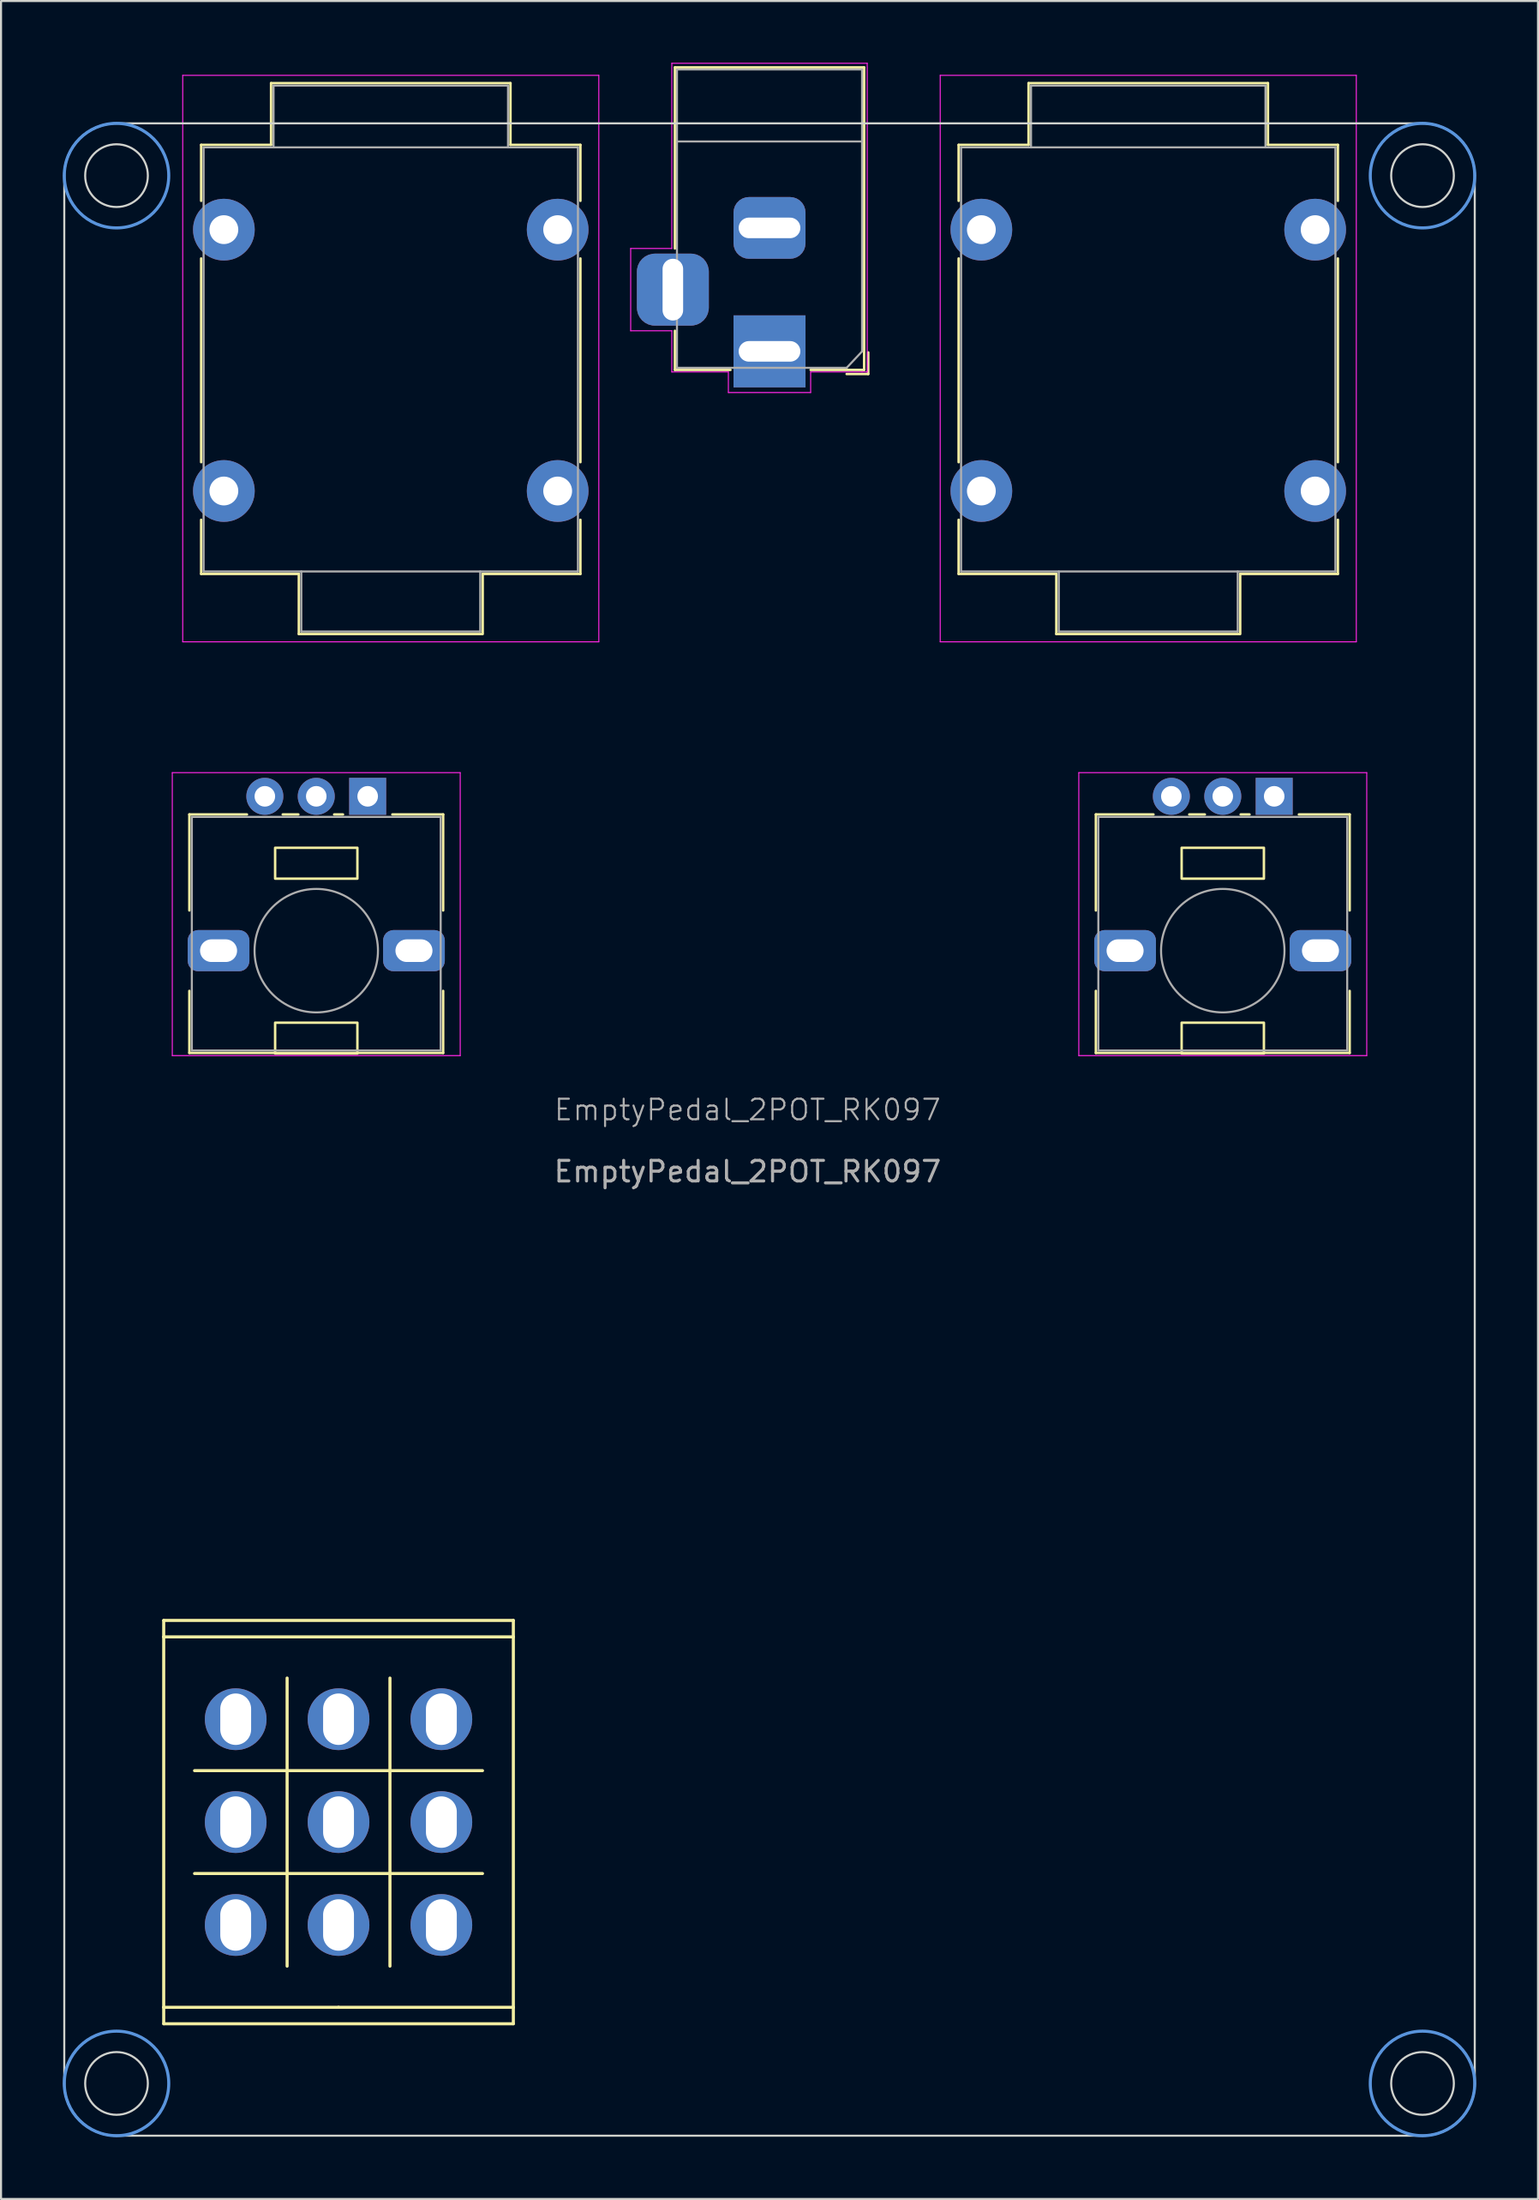
<source format=kicad_pcb>
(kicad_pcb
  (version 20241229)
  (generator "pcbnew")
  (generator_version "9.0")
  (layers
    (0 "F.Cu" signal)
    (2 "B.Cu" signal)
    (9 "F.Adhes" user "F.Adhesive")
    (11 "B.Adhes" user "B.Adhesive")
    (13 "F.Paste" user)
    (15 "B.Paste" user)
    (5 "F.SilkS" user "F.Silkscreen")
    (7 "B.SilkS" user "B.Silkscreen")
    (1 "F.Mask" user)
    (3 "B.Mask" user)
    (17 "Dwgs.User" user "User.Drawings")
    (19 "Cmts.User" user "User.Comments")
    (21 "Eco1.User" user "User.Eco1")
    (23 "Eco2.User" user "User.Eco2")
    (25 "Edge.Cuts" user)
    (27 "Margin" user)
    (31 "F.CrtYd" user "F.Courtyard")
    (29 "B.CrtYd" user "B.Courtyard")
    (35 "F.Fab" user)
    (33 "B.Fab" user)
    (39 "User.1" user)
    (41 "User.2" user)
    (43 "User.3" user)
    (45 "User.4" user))
  (footprint "EmptyPedal_2POT_RK097"
    (layer "F.Cu")
    (at 33.298 51.383)
    (property "Reference" "EmptyPedal_2POT_RK097" (at 0 -0.5 0) (unlocked yes) (layer "F.Fab") (effects (font (size 1 1) (thickness 0.1))))
    (attr through_hole)
    (fp_line (start -28.388 24.312) (end -11.388 24.312) (stroke (width 0.15) (type solid)) (layer "F.SilkS"))
    (fp_line (start -28.388 25.112) (end -28.388 24.312) (stroke (width 0.15) (type solid)) (layer "F.SilkS"))
    (fp_line (start -28.388 25.112) (end -28.388 43.112) (stroke (width 0.15) (type solid)) (layer "F.SilkS"))
    (fp_line (start -28.388 25.112) (end -11.388 25.112) (stroke (width 0.15) (type solid)) (layer "F.SilkS"))
    (fp_line (start -28.388 43.112) (end -19.888 43.112) (stroke (width 0.15) (type solid)) (layer "F.SilkS"))
    (fp_line (start -28.388 43.912) (end -28.388 43.112) (stroke (width 0.15) (type solid)) (layer "F.SilkS"))
    (fp_line (start -28.388 43.912) (end -11.388 43.912) (stroke (width 0.15) (type solid)) (layer "F.SilkS"))
    (fp_line (start -27.141 -14.855) (end -27.141 -10.189) (stroke (width 0.12) (type solid)) (layer "F.SilkS"))
    (fp_line (start -27.141 -6.28) (end -27.141 -3.265) (stroke (width 0.12) (type solid)) (layer "F.SilkS"))
    (fp_line (start -26.888 36.612) (end -12.888 36.612) (stroke (width 0.15) (type solid)) (layer "F.SilkS"))
    (fp_line (start -26.568 -47.393) (end -26.568 -44.673) (stroke (width 0.12) (type solid)) (layer "F.SilkS"))
    (fp_line (start -26.568 -31.973) (end -26.568 -41.873) (stroke (width 0.12) (type solid)) (layer "F.SilkS"))
    (fp_line (start -26.568 -26.543) (end -26.568 -29.173) (stroke (width 0.12) (type solid)) (layer "F.SilkS"))
    (fp_line (start -24.341 -14.855) (end -27.141 -14.855) (stroke (width 0.12) (type solid)) (layer "F.SilkS"))
    (fp_line (start -23.168 -47.393) (end -26.568 -47.393) (stroke (width 0.12) (type solid)) (layer "F.SilkS"))
    (fp_line (start -23.168 -47.393) (end -23.168 -50.393) (stroke (width 0.12) (type solid)) (layer "F.SilkS"))
    (fp_line (start -22.388 41.112) (end -22.388 27.112) (stroke (width 0.15) (type solid)) (layer "F.SilkS"))
    (fp_line (start -21.842 -14.855) (end -22.601 -14.855) (stroke (width 0.12) (type solid)) (layer "F.SilkS"))
    (fp_line (start -21.818 -26.543) (end -26.568 -26.543) (stroke (width 0.12) (type solid)) (layer "F.SilkS"))
    (fp_line (start -21.818 -23.623) (end -21.818 -26.543) (stroke (width 0.12) (type solid)) (layer "F.SilkS"))
    (fp_line (start -19.671 -14.855) (end -20.101 -14.855) (stroke (width 0.12) (type solid)) (layer "F.SilkS"))
    (fp_line (start -17.388 27.112) (end -17.388 41.112) (stroke (width 0.15) (type solid)) (layer "F.SilkS"))
    (fp_line (start -14.801 -14.855) (end -17.271 -14.855) (stroke (width 0.12) (type solid)) (layer "F.SilkS"))
    (fp_line (start -14.801 -14.855) (end -14.801 -10.189) (stroke (width 0.12) (type solid)) (layer "F.SilkS"))
    (fp_line (start -14.801 -6.28) (end -14.801 -3.265) (stroke (width 0.12) (type solid)) (layer "F.SilkS"))
    (fp_line (start -14.801 -3.265) (end -27.141 -3.265) (stroke (width 0.12) (type solid)) (layer "F.SilkS"))
    (fp_line (start -12.918 -23.623) (end -21.818 -23.623) (stroke (width 0.12) (type solid)) (layer "F.SilkS"))
    (fp_line (start -12.888 31.612) (end -26.888 31.612) (stroke (width 0.15) (type solid)) (layer "F.SilkS"))
    (fp_line (start -12.878 -23.623) (end -12.878 -26.543) (stroke (width 0.12) (type solid)) (layer "F.SilkS"))
    (fp_line (start -11.528 -50.393) (end -23.168 -50.393) (stroke (width 0.12) (type solid)) (layer "F.SilkS"))
    (fp_line (start -11.528 -47.393) (end -11.528 -50.393) (stroke (width 0.12) (type solid)) (layer "F.SilkS"))
    (fp_line (start -11.388 24.312) (end -11.388 25.112) (stroke (width 0.15) (type solid)) (layer "F.SilkS"))
    (fp_line (start -11.388 25.112) (end -11.388 43.112) (stroke (width 0.15) (type solid)) (layer "F.SilkS"))
    (fp_line (start -11.388 43.112) (end -19.888 43.112) (stroke (width 0.15) (type solid)) (layer "F.SilkS"))
    (fp_line (start -11.388 43.912) (end -11.388 43.112) (stroke (width 0.15) (type solid)) (layer "F.SilkS"))
    (fp_line (start -8.128 -47.393) (end -11.528 -47.393) (stroke (width 0.12) (type solid)) (layer "F.SilkS"))
    (fp_line (start -8.128 -47.393) (end -8.128 -44.673) (stroke (width 0.12) (type solid)) (layer "F.SilkS"))
    (fp_line (start -8.128 -41.873) (end -8.128 -31.973) (stroke (width 0.12) (type solid)) (layer "F.SilkS"))
    (fp_line (start -8.128 -29.173) (end -8.128 -26.543) (stroke (width 0.12) (type solid)) (layer "F.SilkS"))
    (fp_line (start -8.128 -26.543) (end -12.878 -26.543) (stroke (width 0.12) (type solid)) (layer "F.SilkS"))
    (fp_line (start -3.533 -51.158) (end 5.667 -51.158) (stroke (width 0.12) (type solid)) (layer "F.SilkS"))
    (fp_line (start -3.533 -42.358) (end -3.533 -51.158) (stroke (width 0.12) (type solid)) (layer "F.SilkS"))
    (fp_line (start -3.533 -36.458) (end -3.533 -38.358) (stroke (width 0.12) (type solid)) (layer "F.SilkS"))
    (fp_line (start -0.833 -36.458) (end -3.533 -36.458) (stroke (width 0.12) (type solid)) (layer "F.SilkS"))
    (fp_line (start 4.817 -36.258) (end 5.867 -36.258) (stroke (width 0.12) (type solid)) (layer "F.SilkS"))
    (fp_line (start 5.667 -51.158) (end 5.667 -36.458) (stroke (width 0.12) (type solid)) (layer "F.SilkS"))
    (fp_line (start 5.667 -36.458) (end 3.067 -36.458) (stroke (width 0.12) (type solid)) (layer "F.SilkS"))
    (fp_line (start 5.867 -37.308) (end 5.867 -36.258) (stroke (width 0.12) (type solid)) (layer "F.SilkS"))
    (fp_line (start 10.262 -47.393) (end 10.262 -44.673) (stroke (width 0.12) (type solid)) (layer "F.SilkS"))
    (fp_line (start 10.262 -31.973) (end 10.262 -41.873) (stroke (width 0.12) (type solid)) (layer "F.SilkS"))
    (fp_line (start 10.262 -26.543) (end 10.262 -29.173) (stroke (width 0.12) (type solid)) (layer "F.SilkS"))
    (fp_line (start 13.662 -47.393) (end 10.262 -47.393) (stroke (width 0.12) (type solid)) (layer "F.SilkS"))
    (fp_line (start 13.662 -47.393) (end 13.662 -50.393) (stroke (width 0.12) (type solid)) (layer "F.SilkS"))
    (fp_line (start 15.012 -26.543) (end 10.262 -26.543) (stroke (width 0.12) (type solid)) (layer "F.SilkS"))
    (fp_line (start 15.012 -23.623) (end 15.012 -26.543) (stroke (width 0.12) (type solid)) (layer "F.SilkS"))
    (fp_line (start 16.935 -14.855) (end 16.935 -10.189) (stroke (width 0.12) (type solid)) (layer "F.SilkS"))
    (fp_line (start 16.935 -6.28) (end 16.935 -3.265) (stroke (width 0.12) (type solid)) (layer "F.SilkS"))
    (fp_line (start 19.735 -14.855) (end 16.935 -14.855) (stroke (width 0.12) (type solid)) (layer "F.SilkS"))
    (fp_line (start 22.234 -14.855) (end 21.475 -14.855) (stroke (width 0.12) (type solid)) (layer "F.SilkS"))
    (fp_line (start 23.912 -23.623) (end 15.012 -23.623) (stroke (width 0.12) (type solid)) (layer "F.SilkS"))
    (fp_line (start 23.952 -23.623) (end 23.952 -26.543) (stroke (width 0.12) (type solid)) (layer "F.SilkS"))
    (fp_line (start 24.405 -14.855) (end 23.975 -14.855) (stroke (width 0.12) (type solid)) (layer "F.SilkS"))
    (fp_line (start 25.302 -50.393) (end 13.662 -50.393) (stroke (width 0.12) (type solid)) (layer "F.SilkS"))
    (fp_line (start 25.302 -47.393) (end 25.302 -50.393) (stroke (width 0.12) (type solid)) (layer "F.SilkS"))
    (fp_line (start 28.702 -47.393) (end 25.302 -47.393) (stroke (width 0.12) (type solid)) (layer "F.SilkS"))
    (fp_line (start 28.702 -47.393) (end 28.702 -44.673) (stroke (width 0.12) (type solid)) (layer "F.SilkS"))
    (fp_line (start 28.702 -41.873) (end 28.702 -31.973) (stroke (width 0.12) (type solid)) (layer "F.SilkS"))
    (fp_line (start 28.702 -29.173) (end 28.702 -26.543) (stroke (width 0.12) (type solid)) (layer "F.SilkS"))
    (fp_line (start 28.702 -26.543) (end 23.952 -26.543) (stroke (width 0.12) (type solid)) (layer "F.SilkS"))
    (fp_line (start 29.275 -14.855) (end 26.805 -14.855) (stroke (width 0.12) (type solid)) (layer "F.SilkS"))
    (fp_line (start 29.275 -14.855) (end 29.275 -10.189) (stroke (width 0.12) (type solid)) (layer "F.SilkS"))
    (fp_line (start 29.275 -6.28) (end 29.275 -3.265) (stroke (width 0.12) (type solid)) (layer "F.SilkS"))
    (fp_line (start 29.275 -3.265) (end 16.935 -3.265) (stroke (width 0.12) (type solid)) (layer "F.SilkS"))
    (fp_rect (start -18.971 -13.235) (end -22.971 -11.735) (stroke (width 0.12) (type solid)) (fill no) (layer "F.SilkS"))
    (fp_rect (start -18.971 -4.735) (end -22.971 -3.235) (stroke (width 0.12) (type solid)) (fill no) (layer "F.SilkS"))
    (fp_rect (start 25.105 -13.235) (end 21.105 -11.735) (stroke (width 0.12) (type solid)) (fill no) (layer "F.SilkS"))
    (fp_rect (start 25.105 -4.735) (end 21.105 -3.235) (stroke (width 0.12) (type solid)) (fill no) (layer "F.SilkS"))
    (fp_circle (center -30.683 -45.898) (end -28.143 -45.898) (stroke (width 0.15) (type default)) (fill no) (layer "Cmts.User"))
    (fp_circle (center -30.683 46.812) (end -28.143 46.812) (stroke (width 0.15) (type default)) (fill no) (layer "Cmts.User"))
    (fp_circle (center 32.817 -45.898) (end 35.357 -45.898) (stroke (width 0.15) (type default)) (fill no) (layer "Cmts.User"))
    (fp_circle (center 32.817 46.812) (end 35.357 46.812) (stroke (width 0.15) (type default)) (fill no) (layer "Cmts.User"))
    (fp_line (start -33.223 -45.898) (end -33.223 46.812) (stroke (width 0.1) (type default)) (layer "Edge.Cuts"))
    (fp_line (start -30.683 49.352) (end 32.817 49.352) (stroke (width 0.1) (type default)) (layer "Edge.Cuts"))
    (fp_line (start 32.817 -48.438) (end -30.683 -48.438) (stroke (width 0.1) (type default)) (layer "Edge.Cuts"))
    (fp_line (start 35.357 46.812) (end 35.357 -45.898) (stroke (width 0.1) (type default)) (layer "Edge.Cuts"))
    (fp_arc (start -33.2232 -45.8978) (mid -32.479251 -47.693851) (end -30.6832 -48.4378) (stroke (width 0.1) (type default)) (layer "Edge.Cuts"))
    (fp_arc (start -30.6832 49.3522) (mid -32.479251 48.608251) (end -33.2232 46.8122) (stroke (width 0.1) (type default)) (layer "Edge.Cuts"))
    (fp_arc (start 32.8168 -48.4378) (mid 34.612851 -47.693851) (end 35.3568 -45.8978) (stroke (width 0.1) (type default)) (layer "Edge.Cuts"))
    (fp_arc (start 35.3568 46.8122) (mid 34.612851 48.608251) (end 32.8168 49.3522) (stroke (width 0.1) (type default)) (layer "Edge.Cuts"))
    (fp_circle (center -30.683 -45.898) (end -29.159 -45.898) (stroke (width 0.1) (type default)) (fill no) (layer "Edge.Cuts"))
    (fp_circle (center -30.683 46.812) (end -29.159 46.812) (stroke (width 0.1) (type default)) (fill no) (layer "Edge.Cuts"))
    (fp_circle (center 32.817 -45.898) (end 34.341 -45.898) (stroke (width 0.1) (type default)) (fill no) (layer "Edge.Cuts"))
    (fp_circle (center 32.817 46.812) (end 34.341 46.812) (stroke (width 0.1) (type default)) (fill no) (layer "Edge.Cuts"))
    (fp_line (start -27.971 -16.885) (end -27.971 -3.135) (stroke (width 0.05) (type solid)) (layer "F.CrtYd"))
    (fp_line (start -27.971 -3.135) (end -13.971 -3.135) (stroke (width 0.05) (type solid)) (layer "F.CrtYd"))
    (fp_line (start -27.463 -50.773) (end -27.463 -23.243) (stroke (width 0.05) (type solid)) (layer "F.CrtYd"))
    (fp_line (start -13.971 -16.885) (end -27.971 -16.885) (stroke (width 0.05) (type solid)) (layer "F.CrtYd"))
    (fp_line (start -13.971 -3.135) (end -13.971 -16.885) (stroke (width 0.05) (type solid)) (layer "F.CrtYd"))
    (fp_line (start -7.233 -50.773) (end -27.463 -50.773) (stroke (width 0.05) (type solid)) (layer "F.CrtYd"))
    (fp_line (start -7.233 -23.243) (end -27.463 -23.243) (stroke (width 0.05) (type solid)) (layer "F.CrtYd"))
    (fp_line (start -7.233 -23.243) (end -7.233 -50.773) (stroke (width 0.05) (type solid)) (layer "F.CrtYd"))
    (fp_line (start -5.683 -42.358) (end -3.683 -42.358) (stroke (width 0.05) (type solid)) (layer "F.CrtYd"))
    (fp_line (start -5.683 -38.358) (end -5.683 -42.358) (stroke (width 0.05) (type solid)) (layer "F.CrtYd"))
    (fp_line (start -3.683 -51.358) (end 5.817 -51.358) (stroke (width 0.05) (type solid)) (layer "F.CrtYd"))
    (fp_line (start -3.683 -42.358) (end -3.683 -51.358) (stroke (width 0.05) (type solid)) (layer "F.CrtYd"))
    (fp_line (start -3.683 -38.358) (end -5.683 -38.358) (stroke (width 0.05) (type solid)) (layer "F.CrtYd"))
    (fp_line (start -3.683 -36.358) (end -3.683 -38.358) (stroke (width 0.05) (type solid)) (layer "F.CrtYd"))
    (fp_line (start -0.933 -36.358) (end -3.683 -36.358) (stroke (width 0.05) (type solid)) (layer "F.CrtYd"))
    (fp_line (start -0.933 -35.358) (end -0.933 -36.358) (stroke (width 0.05) (type solid)) (layer "F.CrtYd"))
    (fp_line (start 3.067 -36.358) (end 3.067 -35.358) (stroke (width 0.05) (type solid)) (layer "F.CrtYd"))
    (fp_line (start 3.067 -35.358) (end -0.933 -35.358) (stroke (width 0.05) (type solid)) (layer "F.CrtYd"))
    (fp_line (start 5.567 -36.358) (end 3.067 -36.358) (stroke (width 0.05) (type solid)) (layer "F.CrtYd"))
    (fp_line (start 5.567 -36.358) (end 5.817 -36.358) (stroke (width 0.05) (type solid)) (layer "F.CrtYd"))
    (fp_line (start 5.817 -36.358) (end 5.817 -51.358) (stroke (width 0.05) (type solid)) (layer "F.CrtYd"))
    (fp_line (start 9.367 -50.773) (end 9.367 -23.243) (stroke (width 0.05) (type solid)) (layer "F.CrtYd"))
    (fp_line (start 16.105 -16.885) (end 16.105 -3.135) (stroke (width 0.05) (type solid)) (layer "F.CrtYd"))
    (fp_line (start 16.105 -3.135) (end 30.105 -3.135) (stroke (width 0.05) (type solid)) (layer "F.CrtYd"))
    (fp_line (start 29.597 -50.773) (end 9.367 -50.773) (stroke (width 0.05) (type solid)) (layer "F.CrtYd"))
    (fp_line (start 29.597 -23.243) (end 9.367 -23.243) (stroke (width 0.05) (type solid)) (layer "F.CrtYd"))
    (fp_line (start 29.597 -23.243) (end 29.597 -50.773) (stroke (width 0.05) (type solid)) (layer "F.CrtYd"))
    (fp_line (start 30.105 -16.885) (end 16.105 -16.885) (stroke (width 0.05) (type solid)) (layer "F.CrtYd"))
    (fp_line (start 30.105 -3.135) (end 30.105 -16.885) (stroke (width 0.05) (type solid)) (layer "F.CrtYd"))
    (fp_line (start -27.021 -14.735) (end -27.021 -3.385) (stroke (width 0.1) (type solid)) (layer "F.Fab"))
    (fp_line (start -27.021 -3.385) (end -14.921 -3.385) (stroke (width 0.1) (type solid)) (layer "F.Fab"))
    (fp_line (start -26.448 -47.273) (end -26.448 -26.663) (stroke (width 0.1) (type solid)) (layer "F.Fab"))
    (fp_line (start -23.048 -50.273) (end -23.048 -47.273) (stroke (width 0.1) (type solid)) (layer "F.Fab"))
    (fp_line (start -21.698 -23.743) (end -21.698 -26.663) (stroke (width 0.1) (type solid)) (layer "F.Fab"))
    (fp_line (start -14.921 -14.735) (end -27.021 -14.735) (stroke (width 0.1) (type solid)) (layer "F.Fab"))
    (fp_line (start -14.921 -3.385) (end -14.921 -14.735) (stroke (width 0.1) (type solid)) (layer "F.Fab"))
    (fp_line (start -12.998 -23.743) (end -21.698 -23.743) (stroke (width 0.1) (type solid)) (layer "F.Fab"))
    (fp_line (start -12.998 -23.743) (end -12.998 -26.663) (stroke (width 0.1) (type solid)) (layer "F.Fab"))
    (fp_line (start -11.648 -50.273) (end -23.048 -50.273) (stroke (width 0.1) (type solid)) (layer "F.Fab"))
    (fp_line (start -11.648 -50.273) (end -11.648 -47.273) (stroke (width 0.1) (type solid)) (layer "F.Fab"))
    (fp_line (start -8.248 -47.273) (end -26.448 -47.273) (stroke (width 0.1) (type solid)) (layer "F.Fab"))
    (fp_line (start -8.248 -47.273) (end -8.248 -26.663) (stroke (width 0.1) (type solid)) (layer "F.Fab"))
    (fp_line (start -8.248 -26.663) (end -26.448 -26.663) (stroke (width 0.1) (type solid)) (layer "F.Fab"))
    (fp_line (start -3.433 -51.058) (end -3.433 -36.558) (stroke (width 0.1) (type solid)) (layer "F.Fab"))
    (fp_line (start -3.433 -36.558) (end 4.817 -36.558) (stroke (width 0.1) (type solid)) (layer "F.Fab"))
    (fp_line (start 5.567 -51.058) (end -3.433 -51.058) (stroke (width 0.1) (type solid)) (layer "F.Fab"))
    (fp_line (start 5.567 -47.558) (end -3.433 -47.558) (stroke (width 0.1) (type solid)) (layer "F.Fab"))
    (fp_line (start 5.567 -37.358) (end 5.567 -51.058) (stroke (width 0.1) (type solid)) (layer "F.Fab"))
    (fp_line (start 5.572 -37.361) (end 4.817 -36.558) (stroke (width 0.1) (type solid)) (layer "F.Fab"))
    (fp_line (start 10.382 -47.273) (end 10.382 -26.663) (stroke (width 0.1) (type solid)) (layer "F.Fab"))
    (fp_line (start 13.782 -50.273) (end 13.782 -47.273) (stroke (width 0.1) (type solid)) (layer "F.Fab"))
    (fp_line (start 15.132 -23.743) (end 15.132 -26.663) (stroke (width 0.1) (type solid)) (layer "F.Fab"))
    (fp_line (start 17.055 -14.735) (end 17.055 -3.385) (stroke (width 0.1) (type solid)) (layer "F.Fab"))
    (fp_line (start 17.055 -3.385) (end 29.155 -3.385) (stroke (width 0.1) (type solid)) (layer "F.Fab"))
    (fp_line (start 23.832 -23.743) (end 15.132 -23.743) (stroke (width 0.1) (type solid)) (layer "F.Fab"))
    (fp_line (start 23.832 -23.743) (end 23.832 -26.663) (stroke (width 0.1) (type solid)) (layer "F.Fab"))
    (fp_line (start 25.182 -50.273) (end 13.782 -50.273) (stroke (width 0.1) (type solid)) (layer "F.Fab"))
    (fp_line (start 25.182 -50.273) (end 25.182 -47.273) (stroke (width 0.1) (type solid)) (layer "F.Fab"))
    (fp_line (start 28.582 -47.273) (end 10.382 -47.273) (stroke (width 0.1) (type solid)) (layer "F.Fab"))
    (fp_line (start 28.582 -47.273) (end 28.582 -26.663) (stroke (width 0.1) (type solid)) (layer "F.Fab"))
    (fp_line (start 28.582 -26.663) (end 10.382 -26.663) (stroke (width 0.1) (type solid)) (layer "F.Fab"))
    (fp_line (start 29.155 -14.735) (end 17.055 -14.735) (stroke (width 0.1) (type solid)) (layer "F.Fab"))
    (fp_line (start 29.155 -3.385) (end 29.155 -14.735) (stroke (width 0.1) (type solid)) (layer "F.Fab"))
    (fp_circle (center -20.971 -8.235) (end -20.971 -5.235) (stroke (width 0.1) (type solid)) (fill no) (layer "F.Fab"))
    (fp_circle (center 23.105 -8.235) (end 23.105 -5.235) (stroke (width 0.1) (type solid)) (fill no) (layer "F.Fab"))
    (fp_text user "${REFERENCE}" (at 0 2.5 0) (unlocked yes) (layer "F.Fab") (effects (font (size 1 1) (thickness 0.15))))
    (pad "1" thru_hole circle (at 11.367 -30.573 90) (size 3 3) (drill 1.4) (layers "*.Cu" "*.Mask"))
    (pad "2" thru_hole circle (at -25.463 -30.573 90) (size 3 3) (drill 1.4) (layers "*.Cu" "*.Mask"))
    (pad "3" thru_hole circle (at -25.463 -43.273 90) (size 3 3) (drill 1.4) (layers "*.Cu" "*.Mask"))
    (pad "3" thru_hole rect (at 1.067 -37.358 270) (size 3.5 3.5) (drill oval 1 3) (layers "*.Cu" "*.Mask"))
    (pad "3" thru_hole circle (at 11.367 -43.273 90) (size 3 3) (drill 1.4) (layers "*.Cu" "*.Mask"))
    (pad "4" thru_hole oval (at -14.888 29.112 270) (size 3 3) (drill oval 2.5 1.5) (layers "*.Cu" "*.Mask"))
    (pad "5" thru_hole oval (at -19.888 29.112 270) (size 3 3) (drill oval 2.5 1.5) (layers "*.Cu" "*.Mask"))
    (pad "6" thru_hole oval (at -24.888 29.112 270) (size 3 3) (drill oval 2.5 1.5) (layers "*.Cu" "*.Mask"))
    (pad "7" thru_hole oval (at -14.888 34.112 270) (size 3 3) (drill oval 2.5 1.5) (layers "*.Cu" "*.Mask"))
    (pad "8" thru_hole oval (at -19.888 34.112 270) (size 3 3) (drill oval 2.5 1.5) (layers "*.Cu" "*.Mask"))
    (pad "9" thru_hole oval (at -24.888 34.112 270) (size 3 3) (drill oval 2.5 1.5) (layers "*.Cu" "*.Mask"))
    (pad "10" thru_hole oval (at -14.888 39.112 270) (size 3 3) (drill oval 2.5 1.5) (layers "*.Cu" "*.Mask"))
    (pad "11" thru_hole oval (at -19.888 39.112 270) (size 3 3) (drill oval 2.5 1.5) (layers "*.Cu" "*.Mask"))
    (pad "12" thru_hole oval (at -24.888 39.112 270) (size 3 3) (drill oval 2.5 1.5) (layers "*.Cu" "*.Mask"))
    (pad "13" thru_hole roundrect (at 1.067 -43.358 270) (size 3 3.5) (drill oval 1 3) (layers "*.Cu" "*.Mask") (roundrect_rratio 0.25))
    (pad "14" thru_hole rect (at -18.471 -15.735 270) (size 1.8 1.8) (drill 1) (layers "*.Cu" "*.Mask"))
    (pad "15" thru_hole circle (at -20.971 -15.735 270) (size 1.8 1.8) (drill 1) (layers "*.Cu" "*.Mask"))
    (pad "16" thru_hole circle (at -23.471 -15.735 270) (size 1.8 1.8) (drill 1) (layers "*.Cu" "*.Mask"))
    (pad "17" thru_hole rect (at 25.605 -15.735 270) (size 1.8 1.8) (drill 1) (layers "*.Cu" "*.Mask"))
    (pad "18" thru_hole circle (at 23.105 -15.735 270) (size 1.8 1.8) (drill 1) (layers "*.Cu" "*.Mask"))
    (pad "19" thru_hole circle (at 20.605 -15.735 270) (size 1.8 1.8) (drill 1) (layers "*.Cu" "*.Mask"))
    (pad "MP" thru_hole roundrect (at -25.721 -8.235 270) (size 2 3) (drill oval 1.1 1.8) (layers "*.Cu" "*.Mask") (roundrect_rratio 0.25))
    (pad "MP" thru_hole roundrect (at -16.221 -8.235 270) (size 2 3) (drill oval 1.1 1.8) (layers "*.Cu" "*.Mask") (roundrect_rratio 0.25))
    (pad "MP" thru_hole roundrect (at 18.355 -8.235 270) (size 2 3) (drill oval 1.1 1.8) (layers "*.Cu" "*.Mask") (roundrect_rratio 0.25))
    (pad "MP" thru_hole roundrect (at 27.855 -8.235 270) (size 2 3) (drill oval 1.1 1.8) (layers "*.Cu" "*.Mask") (roundrect_rratio 0.25))
    (pad "NC" thru_hole circle (at -9.233 -30.573 90) (size 3 3) (drill 1.4) (layers "*.Cu" "*.Mask"))
    (pad "NC" thru_hole roundrect (at -3.633 -40.358 270) (size 3.5 3.5) (drill oval 3 1) (layers "*.Cu" "*.Mask") (roundrect_rratio 0.25))
    (pad "NC" thru_hole circle (at 27.597 -30.573 90) (size 3 3) (drill 1.4) (layers "*.Cu" "*.Mask"))
    (pad "NC_GND" thru_hole circle (at -9.233 -43.273 90) (size 3 3) (drill 1.4) (layers "*.Cu" "*.Mask"))
    (pad "NC_GND" thru_hole circle (at 27.597 -43.273 90) (size 3 3) (drill 1.4) (layers "*.Cu" "*.Mask"))
    (zone (net_name "") (layer "F.Cu") (name "Copper Keep Out") (hatch full 0.508) (connect_pads) (min_thickness 0.254) (filled_areas_thickness no) (keepout (tracks not_allowed) (vias not_allowed) (pads not_allowed) (copperpour not_allowed) (footprints not_allowed)) (placement (enabled no)) (fill) (polygon (pts (xy 10.327 39.648) (xy 10.327 38.148) (xy 14.327 38.148) (xy 14.327 39.648))))
    (zone (net_name "") (layer "F.Cu") (name "Copper Keep Out") (hatch full 0.508) (connect_pads) (min_thickness 0.254) (filled_areas_thickness no) (keepout (tracks not_allowed) (vias not_allowed) (pads not_allowed) (copperpour not_allowed) (footprints not_allowed)) (placement (enabled no)) (fill) (polygon (pts (xy 10.327 48.048) (xy 10.327 46.648) (xy 14.327 46.648) (xy 14.327 48.048))))
    (zone (net_name "") (layer "F.Cu") (name "Copper Keep Out") (hatch full 0.508) (connect_pads) (min_thickness 0.254) (filled_areas_thickness no) (keepout (tracks not_allowed) (vias not_allowed) (pads not_allowed) (copperpour not_allowed) (footprints not_allowed)) (placement (enabled no)) (fill) (polygon (pts (xy 54.403 39.648) (xy 54.403 38.148) (xy 58.403 38.148) (xy 58.403 39.648))))
    (zone (net_name "") (layer "F.Cu") (name "Copper Keep Out") (hatch full 0.508) (connect_pads) (min_thickness 0.254) (filled_areas_thickness no) (keepout (tracks not_allowed) (vias not_allowed) (pads not_allowed) (copperpour not_allowed) (footprints not_allowed)) (placement (enabled no)) (fill) (polygon (pts (xy 54.403 48.048) (xy 54.403 46.648) (xy 58.403 46.648) (xy 58.403 48.048)))))
  (gr_rect
    (start -3 -3)
    (end 71.73 103.81)
    (stroke (width 0.1) (type default))
    (fill no)
    (layer "Edge.Cuts")))
</source>
